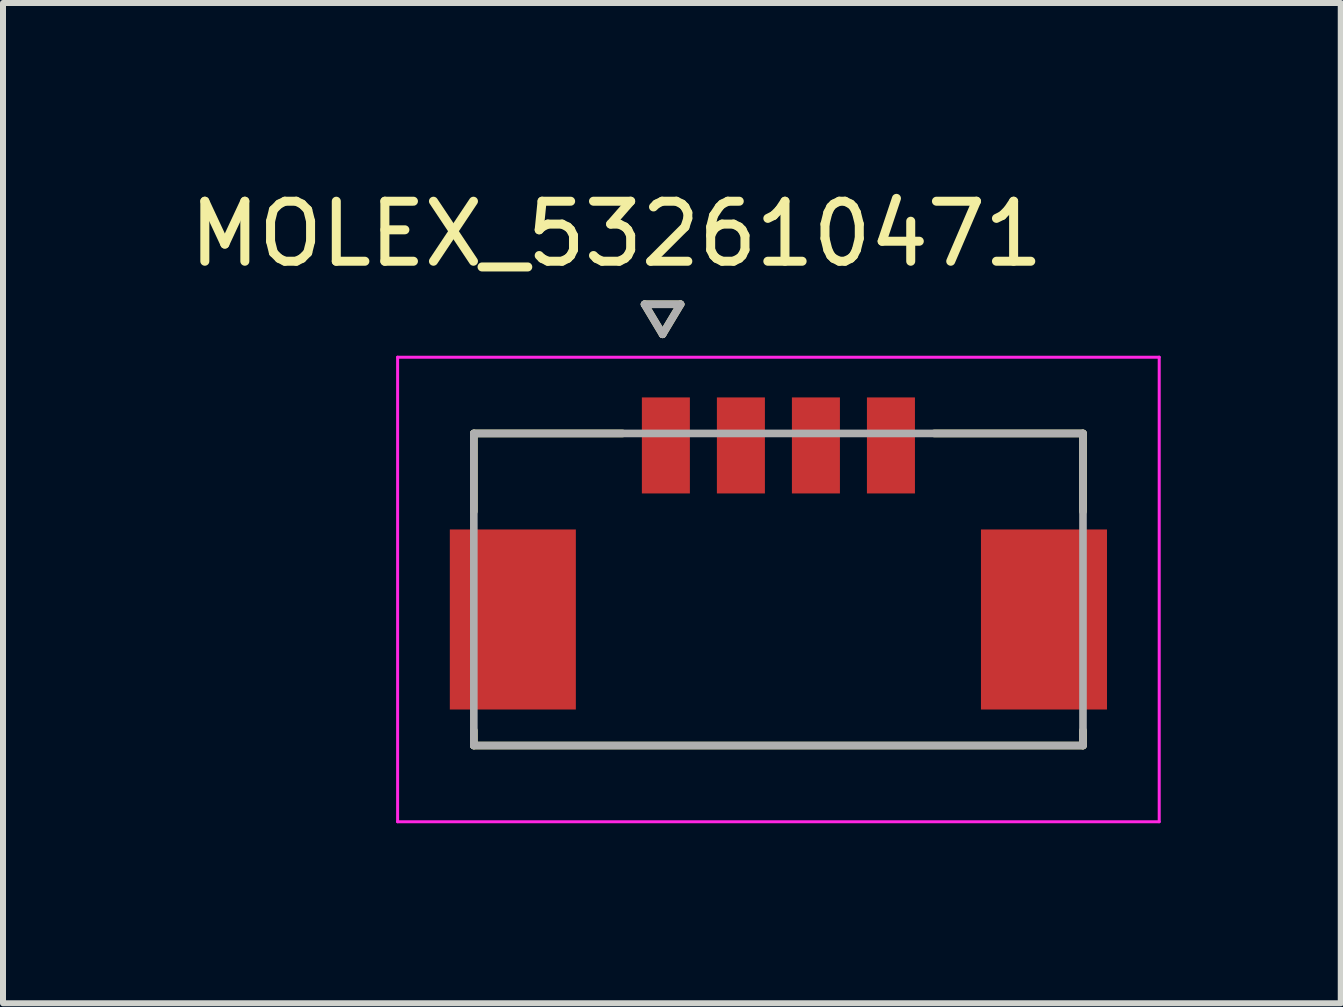
<source format=kicad_pcb>
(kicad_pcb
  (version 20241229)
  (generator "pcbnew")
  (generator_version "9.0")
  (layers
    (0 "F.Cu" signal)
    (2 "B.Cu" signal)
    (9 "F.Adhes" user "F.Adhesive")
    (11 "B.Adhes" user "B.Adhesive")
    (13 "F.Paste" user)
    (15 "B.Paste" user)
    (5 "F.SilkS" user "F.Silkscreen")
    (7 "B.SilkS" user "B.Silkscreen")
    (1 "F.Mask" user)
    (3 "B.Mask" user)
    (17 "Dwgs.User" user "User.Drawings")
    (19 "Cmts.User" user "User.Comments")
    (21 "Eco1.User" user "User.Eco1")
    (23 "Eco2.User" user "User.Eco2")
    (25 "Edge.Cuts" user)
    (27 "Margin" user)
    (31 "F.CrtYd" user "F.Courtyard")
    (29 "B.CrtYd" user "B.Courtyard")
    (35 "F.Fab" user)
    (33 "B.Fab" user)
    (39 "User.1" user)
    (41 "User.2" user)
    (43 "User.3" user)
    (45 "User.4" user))
  (footprint "MOLEX_532610471"
    (layer "F.Cu")
    (at 9.92 6.772)
    (property "Reference" "MOLEX_532610471" (at -2.7 -5.924 0) (layer "F.SilkS") (effects (font (size 1 1) (thickness 0.15))))
    (attr through_hole)
    (fp_poly (pts (xy -5.551 -1.076) (xy -3.299 -1.076) (xy -3.299 2.076) (xy -5.551 2.076)) (stroke (width 0.01) (type solid)) (fill yes) (layer "F.Mask"))
    (fp_poly (pts (xy -2.351 -3.276) (xy -1.399 -3.276) (xy -1.399 -1.524) (xy -2.351 -1.524)) (stroke (width 0.01) (type solid)) (fill yes) (layer "F.Mask"))
    (fp_poly (pts (xy -1.101 -3.276) (xy -0.149 -3.276) (xy -0.149 -1.524) (xy -1.101 -1.524)) (stroke (width 0.01) (type solid)) (fill yes) (layer "F.Mask"))
    (fp_poly (pts (xy 0.149 -3.276) (xy 1.101 -3.276) (xy 1.101 -1.524) (xy 0.149 -1.524)) (stroke (width 0.01) (type solid)) (fill yes) (layer "F.Mask"))
    (fp_poly (pts (xy 1.399 -3.276) (xy 2.351 -3.276) (xy 2.351 -1.524) (xy 1.399 -1.524)) (stroke (width 0.01) (type solid)) (fill yes) (layer "F.Mask"))
    (fp_poly (pts (xy 3.299 -1.076) (xy 5.551 -1.076) (xy 5.551 2.076) (xy 3.299 2.076)) (stroke (width 0.01) (type solid)) (fill yes) (layer "F.Mask"))
    (fp_line (start -5.075 -2.6) (end -2.595 -2.6) (stroke (width 0.127) (type solid)) (layer "F.SilkS"))
    (fp_line (start -5.075 -1.3) (end -5.075 -2.6) (stroke (width 0.127) (type solid)) (layer "F.SilkS"))
    (fp_line (start -5.075 2.6) (end -5.075 2.35) (stroke (width 0.127) (type solid)) (layer "F.SilkS"))
    (fp_line (start -5.075 2.6) (end 5.075 2.6) (stroke (width 0.127) (type solid)) (layer "F.SilkS"))
    (fp_line (start -2.23 -4.752) (end -1.63 -4.752) (stroke (width 0.127) (type solid)) (layer "F.SilkS"))
    (fp_line (start -1.93 -4.252) (end -2.23 -4.752) (stroke (width 0.127) (type solid)) (layer "F.SilkS"))
    (fp_line (start -1.63 -4.752) (end -1.93 -4.252) (stroke (width 0.127) (type solid)) (layer "F.SilkS"))
    (fp_line (start 2.595 -2.6) (end 5.075 -2.6) (stroke (width 0.127) (type solid)) (layer "F.SilkS"))
    (fp_line (start 5.075 -2.6) (end 5.075 -1.3) (stroke (width 0.127) (type solid)) (layer "F.SilkS"))
    (fp_line (start 5.075 2.6) (end 5.075 2.35) (stroke (width 0.127) (type solid)) (layer "F.SilkS"))
    (fp_line (start -6.345 3.87) (end -6.345 -3.87) (stroke (width 0.05) (type solid)) (layer "F.CrtYd"))
    (fp_line (start 6.345 -3.87) (end -6.345 -3.87) (stroke (width 0.05) (type solid)) (layer "F.CrtYd"))
    (fp_line (start 6.345 -3.87) (end 6.345 3.87) (stroke (width 0.05) (type solid)) (layer "F.CrtYd"))
    (fp_line (start 6.345 3.87) (end -6.345 3.87) (stroke (width 0.05) (type solid)) (layer "F.CrtYd"))
    (fp_line (start -5.075 -2.6) (end 5.075 -2.6) (stroke (width 0.127) (type solid)) (layer "F.Fab"))
    (fp_line (start -5.075 2.6) (end -5.075 -2.6) (stroke (width 0.127) (type solid)) (layer "F.Fab"))
    (fp_line (start -2.23 -4.752) (end -1.63 -4.752) (stroke (width 0.127) (type solid)) (layer "F.Fab"))
    (fp_line (start -1.93 -4.252) (end -2.23 -4.752) (stroke (width 0.127) (type solid)) (layer "F.Fab"))
    (fp_line (start -1.63 -4.752) (end -1.93 -4.252) (stroke (width 0.127) (type solid)) (layer "F.Fab"))
    (fp_line (start 5.075 -2.6) (end 5.075 2.6) (stroke (width 0.127) (type solid)) (layer "F.Fab"))
    (fp_line (start 5.075 2.6) (end -5.075 2.6) (stroke (width 0.127) (type solid)) (layer "F.Fab"))
    (pad "1" smd rect (at -1.875 -2.4) (size 0.8 1.6) (layers "F.Cu" "F.Paste"))
    (pad "2" smd rect (at -0.625 -2.4) (size 0.8 1.6) (layers "F.Cu" "F.Paste"))
    (pad "3" smd rect (at 0.625 -2.4) (size 0.8 1.6) (layers "F.Cu" "F.Paste"))
    (pad "4" smd rect (at 1.875 -2.4) (size 0.8 1.6) (layers "F.Cu" "F.Paste"))
    (pad "S1" smd rect (at -4.425 0.5) (size 2.1 3) (layers "F.Cu" "F.Paste"))
    (pad "S2" smd rect (at 4.425 0.5) (size 2.1 3) (layers "F.Cu" "F.Paste")))
  (gr_rect
    (start -3 -3)
    (end 19.29 13.667)
    (stroke (width 0.1) (type default))
    (fill no)
    (layer "Edge.Cuts")))
</source>
